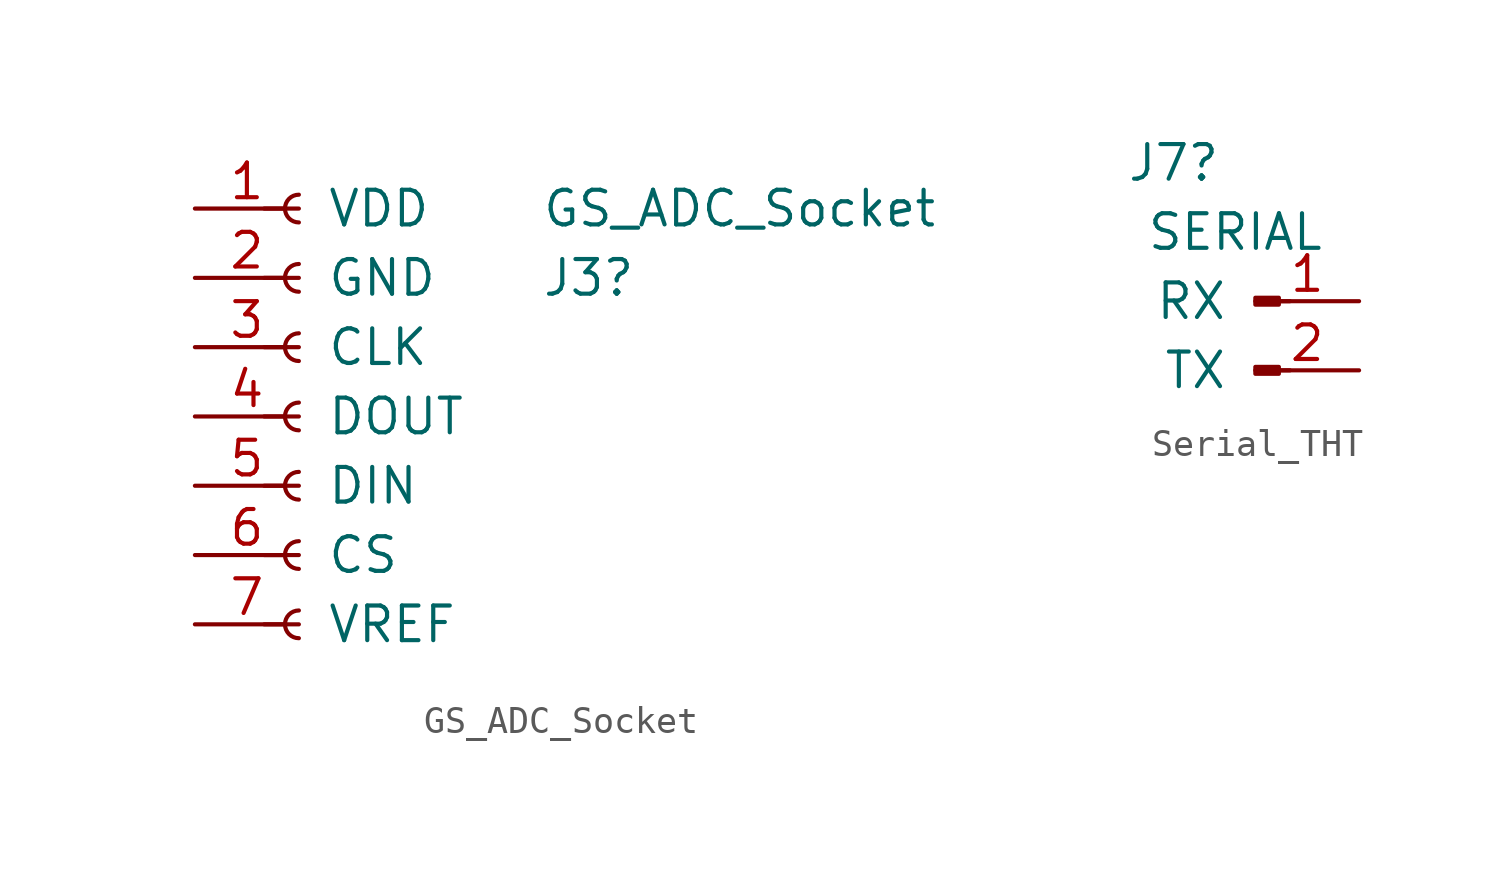
<source format=kicad_sym>
(kicad_symbol_lib
  (version 20220914)
  (generator kicad_symbol_editor)
  (symbol "GS_ADC_Socket"
    (pin_names
      (offset 1.016))
    (property "Reference" "J3"
      (at 8.89 5.08 0)
      (effects (font (size 1.27 1.27)) (justify left)))
    (property "Value" "GS_ADC_Socket"
      (at 8.89 7.62 0)
      (effects (font (size 1.27 1.27)) (justify left)))
    (symbol "GS_ADC_Socket_1_1"
      (arc (start 0 -7.112) (mid -0.5058 -7.62) (end 0 -8.128) (stroke (width 0.1524) (type default)) (fill (type none)))
      (arc (start 0 -4.572) (mid -0.5058 -5.08) (end 0 -5.588) (stroke (width 0.1524) (type default)) (fill (type none)))
      (arc (start 0 -2.032) (mid -0.5058 -2.54) (end 0 -3.048) (stroke (width 0.1524) (type default)) (fill (type none)))
      (polyline (pts (xy -1.27 -7.62) (xy -0.508 -7.62)) (stroke (width 0.152) (type default)) (fill (type none)))
      (polyline (pts (xy -1.27 -5.08) (xy -0.508 -5.08)) (stroke (width 0.152) (type default)) (fill (type none)))
      (polyline (pts (xy -1.27 -2.54) (xy -0.508 -2.54)) (stroke (width 0.152) (type default)) (fill (type none)))
      (polyline (pts (xy -1.27 0) (xy -0.508 0)) (stroke (width 0.152) (type default)) (fill (type none)))
      (polyline (pts (xy -1.27 2.54) (xy -0.508 2.54)) (stroke (width 0.152) (type default)) (fill (type none)))
      (polyline (pts (xy -1.27 5.08) (xy -0.508 5.08)) (stroke (width 0.152) (type default)) (fill (type none)))
      (polyline (pts (xy -1.27 7.62) (xy -0.508 7.62)) (stroke (width 0.152) (type default)) (fill (type none)))
      (arc (start 0 0.508) (mid -0.5058 0) (end 0 -0.508) (stroke (width 0.1524) (type default)) (fill (type none)))
      (arc (start 0 3.048) (mid -0.5058 2.54) (end 0 2.032) (stroke (width 0.1524) (type default)) (fill (type none)))
      (arc (start 0 5.588) (mid -0.5058 5.08) (end 0 4.572) (stroke (width 0.1524) (type default)) (fill (type none)))
      (arc (start 0 8.128) (mid -0.5058 7.62) (end 0 7.112) (stroke (width 0.1524) (type default)) (fill (type none)))
      (pin passive line (at -3.81 7.62 0) (length 3.81) (name "VDD" (effects (font (size 1.27 1.27)))) (number "1" (effects (font (size 1.27 1.27)))))
      (pin passive line (at -3.81 5.08 0) (length 3.81) (name "GND" (effects (font (size 1.27 1.27)))) (number "2" (effects (font (size 1.27 1.27)))))
      (pin passive line (at -3.81 2.54 0) (length 3.81) (name "CLK" (effects (font (size 1.27 1.27)))) (number "3" (effects (font (size 1.27 1.27)))))
      (pin passive line (at -3.81 0 0) (length 3.81) (name "DOUT" (effects (font (size 1.27 1.27)))) (number "4" (effects (font (size 1.27 1.27)))))
      (pin passive line (at -3.81 -2.54 0) (length 3.81) (name "DIN" (effects (font (size 1.27 1.27)))) (number "5" (effects (font (size 1.27 1.27)))))
      (pin passive line (at -3.81 -5.08 0) (length 3.81) (name "CS" (effects (font (size 1.27 1.27)))) (number "6" (effects (font (size 1.27 1.27)))))
      (pin passive line (at -3.81 -7.62 0) (length 3.81) (name "VREF" (effects (font (size 1.27 1.27)))) (number "7" (effects (font (size 1.27 1.27)))))))
  (symbol "Serial_THT"
    (pin_names
      (offset 1.016))
    (property "Reference" "J7"
      (at -1.27 5.08 0)
      (effects (font (size 1.27 1.27)) (justify right)))
    (property "Value" "SERIAL"
      (at 2.54 2.54 0)
      (effects (font (size 1.27 1.27)) (justify right)))
    (symbol "Serial_THT_1_1"
      (polyline (pts (xy 1.27 -2.54) (xy 0.864 -2.54)) (stroke (width 0.152) (type default)) (fill (type none)))
      (polyline (pts (xy 1.27 0) (xy 0.864 0)) (stroke (width 0.152) (type default)) (fill (type none)))
      (rectangle (start 0.864 -2.413) (end 0 -2.667) (stroke (width 0.152) (type default)) (fill (type outline)))
      (rectangle (start 0.864 0.127) (end 0 -0.127) (stroke (width 0.152) (type default)) (fill (type outline)))
      (pin passive line (at 3.81 0 180) (length 3.81) (name "RX" (effects (font (size 1.27 1.27)))) (number "1" (effects (font (size 1.27 1.27)))))
      (pin passive line (at 3.81 -2.54 180) (length 3.81) (name "TX" (effects (font (size 1.27 1.27)))) (number "2" (effects (font (size 1.27 1.27))))))))
</source>
